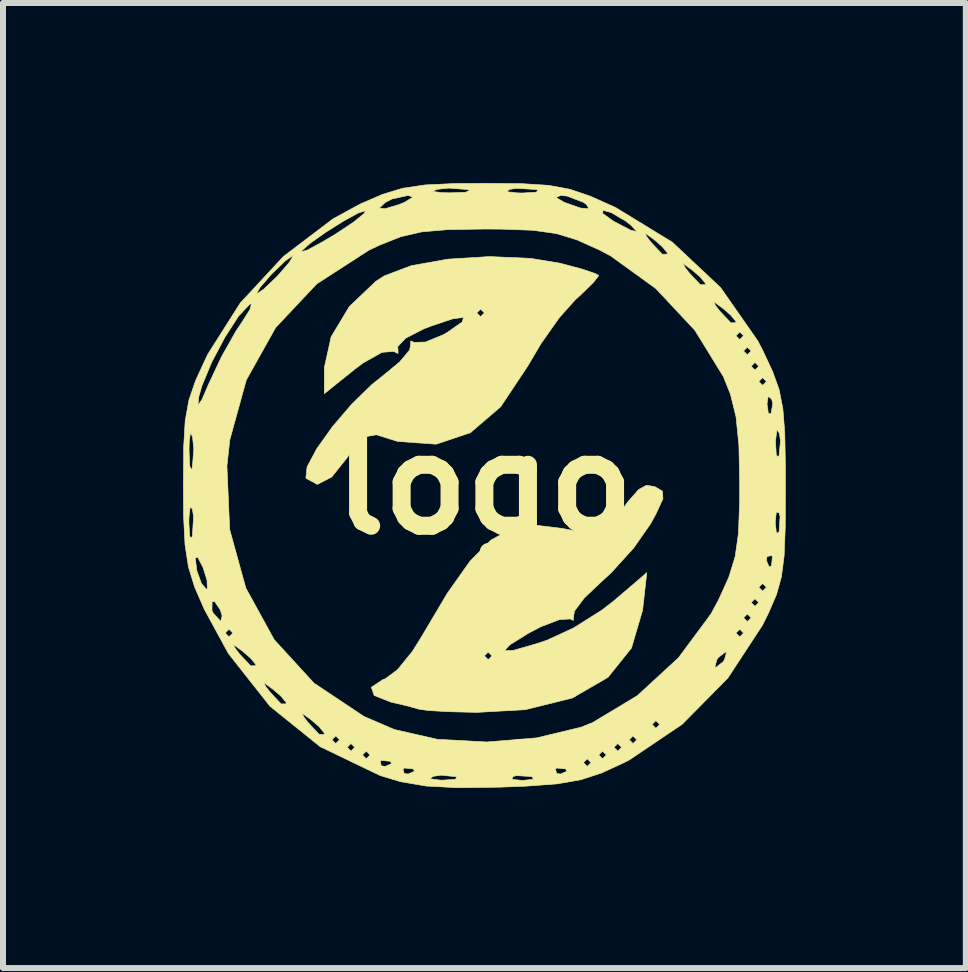
<source format=kicad_pcb>
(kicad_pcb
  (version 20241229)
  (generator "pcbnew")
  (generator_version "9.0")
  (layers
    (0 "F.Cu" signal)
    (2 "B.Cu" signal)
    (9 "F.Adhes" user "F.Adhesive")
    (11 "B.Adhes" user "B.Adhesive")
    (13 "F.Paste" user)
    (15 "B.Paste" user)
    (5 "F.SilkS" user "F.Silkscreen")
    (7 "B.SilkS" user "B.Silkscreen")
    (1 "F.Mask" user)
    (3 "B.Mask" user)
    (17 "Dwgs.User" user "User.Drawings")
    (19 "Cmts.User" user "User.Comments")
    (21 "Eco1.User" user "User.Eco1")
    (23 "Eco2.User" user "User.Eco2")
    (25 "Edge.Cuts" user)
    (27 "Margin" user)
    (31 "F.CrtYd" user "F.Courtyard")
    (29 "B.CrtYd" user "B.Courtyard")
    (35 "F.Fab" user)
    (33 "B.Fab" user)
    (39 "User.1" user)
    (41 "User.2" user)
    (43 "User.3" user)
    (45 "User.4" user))
  (footprint "logo"
    (layer "F.Cu")
    (at 5.021 5.021)
    (property "Reference" "logo" (at 0 0 0) (layer "F.SilkS") (effects (font (size 1.524 1.524) (thickness 0.3))))
    (attr through_hole)
    (fp_poly (pts (xy 2.832 0.036) (xy 2.848 0.042) (xy 2.967 0.113) (xy 2.975 0.239) (xy 2.863 0.484) (xy 2.771 0.653) (xy 2.49 1.056) (xy 2.116 1.469) (xy 1.943 1.628) (xy 1.662 1.895) (xy 1.501 2.111) (xy 1.486 2.2) (xy 1.481 2.266) (xy 1.429 2.242) (xy 1.25 2.253) (xy 0.942 2.371) (xy 0.743 2.475) (xy 0.422 2.674) (xy 0.334 2.771) (xy 0.477 2.767) (xy 0.851 2.66) (xy 1.042 2.597) (xy 1.488 2.391) (xy 1.962 2.092) (xy 2.164 1.935) (xy 2.706 1.471) (xy 2.636 2.096) (xy 2.451 2.726) (xy 2.059 3.215) (xy 1.466 3.559) (xy 0.68 3.754) (xy -0.127 3.799) (xy -0.572 3.788) (xy -0.919 3.769) (xy -1.079 3.748) (xy -1.29 3.69) (xy -1.556 3.628) (xy -1.836 3.517) (xy -1.884 3.381) (xy -1.69 3.252) (xy -1.651 3.239) (xy -1.447 3.087) (xy -1.26 2.857) (xy 0 2.857) (xy 0.064 2.921) (xy 0.127 2.857) (xy 0.064 2.794) (xy 0 2.857) (xy -1.26 2.857) (xy -1.202 2.786) (xy -1.062 2.563) (xy -0.619 1.816) (xy -0.239 1.279) (xy 0.11 0.927) (xy 0.463 0.735) (xy 0.852 0.68) (xy 1.311 0.736) (xy 1.379 0.75) (xy 1.753 0.817) (xy 1.967 0.8) (xy 2.103 0.688) (xy 2.122 0.662) (xy 2.392 0.288) (xy 2.57 0.086) (xy 2.7 0.015) (xy 2.832 0.036)) (stroke (width 0.01) (type solid)) (fill yes) (layer "F.SilkS"))
    (fp_poly (pts (xy 0.768 -3.766) (xy 1.257 -3.686) (xy 1.62 -3.59) (xy 1.855 -3.51) (xy 1.905 -3.478) (xy 1.82 -3.369) (xy 1.606 -3.159) (xy 1.516 -3.078) (xy 1.247 -2.777) (xy 0.945 -2.348) (xy 0.722 -1.971) (xy 0.271 -1.293) (xy -0.234 -0.861) (xy -0.803 -0.67) (xy -1.446 -0.716) (xy -1.8 -0.827) (xy -2.001 -0.791) (xy -2.235 -0.525) (xy -2.281 -0.452) (xy -2.544 -0.123) (xy -2.783 0.000369) (xy -2.966 -0.098) (xy -2.974 -0.11) (xy -2.954 -0.293) (xy -2.792 -0.596) (xy -2.53 -0.963) (xy -2.209 -1.338) (xy -1.873 -1.665) (xy -1.706 -1.798) (xy -1.412 -2.04) (xy -1.245 -2.24) (xy -1.23 -2.324) (xy -1.226 -2.391) (xy -1.17 -2.366) (xy -0.982 -2.372) (xy -0.689 -2.492) (xy -0.611 -2.537) (xy -0.369 -2.707) (xy -0.347 -2.782) (xy -0.528 -2.759) (xy -0.897 -2.635) (xy -1.013 -2.59) (xy -1.312 -2.436) (xy -1.445 -2.295) (xy -1.44 -2.253) (xy -1.438 -2.181) (xy -1.514 -2.216) (xy -1.708 -2.2) (xy -2.02 -2.024) (xy -2.169 -1.912) (xy -2.667 -1.512) (xy -2.667 -1.944) (xy -2.554 -2.457) (xy -2.314 -2.857) (xy -0.127 -2.857) (xy -0.064 -2.794) (xy 0 -2.857) (xy -0.064 -2.921) (xy -0.127 -2.857) (xy -2.314 -2.857) (xy -2.25 -2.964) (xy -1.808 -3.384) (xy -1.668 -3.474) (xy -1.22 -3.644) (xy -0.608 -3.753) (xy 0.083 -3.796) (xy 0.768 -3.766)) (stroke (width 0.01) (type solid)) (fill yes) (layer "F.SilkS"))
    (fp_poly (pts (xy 0.622 -5.011) (xy 1.069 -4.983) (xy 1.423 -4.918) (xy 1.763 -4.803) (xy 2.169 -4.621) (xy 2.19 -4.611) (xy 3.132 -4.035) (xy 3.936 -3.279) (xy 4.555 -2.392) (xy 4.644 -2.22) (xy 4.804 -1.877) (xy 4.91 -1.581) (xy 4.973 -1.263) (xy 5.005 -0.859) (xy 5.016 -0.3) (xy 5.016 0.064) (xy 5.013 0.723) (xy 4.994 1.193) (xy 4.949 1.542) (xy 4.867 1.835) (xy 4.737 2.137) (xy 4.636 2.342) (xy 4.058 3.225) (xy 3.296 3.997) (xy 2.415 4.591) (xy 2.325 4.637) (xy 1.949 4.81) (xy 1.604 4.922) (xy 1.212 4.99) (xy 0.695 5.028) (xy 0.254 5.045) (xy -0.448 5.054) (xy -0.972 5.026) (xy -1.395 4.954) (xy -1.557 4.905) (xy -0.907 4.905) (xy -0.738 4.927) (xy -0.699 4.928) (xy -0.493 4.915) (xy 0.46 4.915) (xy 0.635 4.933) (xy 0.815 4.913) (xy 0.794 4.869) (xy 0.534 4.852) (xy 0.476 4.869) (xy 0.46 4.915) (xy -0.493 4.915) (xy -0.482 4.915) (xy -0.463 4.875) (xy -0.474 4.87) (xy -0.726 4.845) (xy -0.855 4.865) (xy -0.907 4.905) (xy -1.557 4.905) (xy -1.74 4.85) (xy -1.966 4.741) (xy -1.355 4.741) (xy -1.337 4.817) (xy -1.27 4.826) (xy -1.165 4.78) (xy -1.185 4.741) (xy 1.185 4.741) (xy 1.203 4.817) (xy 1.27 4.826) (xy 1.375 4.78) (xy 1.355 4.741) (xy 1.204 4.726) (xy 1.185 4.741) (xy -1.185 4.741) (xy -1.336 4.726) (xy -1.355 4.741) (xy -1.966 4.741) (xy -2.23 4.614) (xy -1.736 4.614) (xy -1.718 4.69) (xy -1.651 4.699) (xy -1.546 4.653) (xy -1.555 4.636) (xy 1.651 4.636) (xy 1.714 4.699) (xy 1.778 4.636) (xy 1.714 4.572) (xy 1.651 4.636) (xy -1.555 4.636) (xy -1.566 4.614) (xy -1.717 4.599) (xy -1.736 4.614) (xy -2.23 4.614) (xy -2.45 4.508) (xy -2.032 4.508) (xy -1.968 4.572) (xy -1.905 4.508) (xy 1.905 4.508) (xy 1.968 4.572) (xy 2.032 4.508) (xy 1.968 4.445) (xy 1.905 4.508) (xy -1.905 4.508) (xy -1.968 4.445) (xy -2.032 4.508) (xy -2.45 4.508) (xy -2.714 4.381) (xy -2.286 4.381) (xy -2.223 4.445) (xy -2.159 4.381) (xy 2.159 4.381) (xy 2.223 4.445) (xy 2.286 4.381) (xy 2.223 4.318) (xy 2.159 4.381) (xy -2.159 4.381) (xy -2.223 4.318) (xy -2.286 4.381) (xy -2.714 4.381) (xy -2.732 4.373) (xy -2.879 4.255) (xy -2.54 4.255) (xy -2.477 4.318) (xy -2.413 4.255) (xy -2.477 4.191) (xy -2.54 4.255) (xy -2.879 4.255) (xy -3.43 3.811) (xy -3.04 3.811) (xy -3.008 3.877) (xy -2.937 3.969) (xy -2.752 4.166) (xy -2.669 4.165) (xy -2.667 4.143) (xy -2.754 4.037) (xy -2.889 3.921) (xy -3.04 3.811) (xy -3.43 3.811) (xy -3.571 3.698) (xy -3.883 3.303) (xy -3.675 3.303) (xy -3.643 3.369) (xy -3.572 3.461) (xy -3.387 3.658) (xy -3.304 3.657) (xy -3.302 3.635) (xy -3.389 3.529) (xy -3.524 3.413) (xy -3.675 3.303) (xy -3.883 3.303) (xy -4.265 2.818) (xy -4.347 2.668) (xy -4.183 2.668) (xy -4.151 2.734) (xy -4.08 2.826) (xy -3.895 3.023) (xy -3.812 3.022) (xy -3.81 3) (xy -3.897 2.894) (xy -4.032 2.778) (xy -4.183 2.668) (xy -4.347 2.668) (xy -4.451 2.477) (xy -4.318 2.477) (xy -4.255 2.54) (xy -4.191 2.477) (xy -4.255 2.413) (xy -4.318 2.477) (xy -4.451 2.477) (xy -4.657 2.099) (xy -4.539 2.099) (xy -4.514 2.151) (xy -4.393 2.282) (xy -4.37 2.189) (xy -4.401 2.09) (xy -4.495 1.952) (xy -4.537 1.955) (xy -4.539 2.099) (xy -4.657 2.099) (xy -4.664 2.087) (xy -4.827 1.712) (xy -4.931 1.377) (xy -4.954 1.228) (xy -4.818 1.228) (xy -4.79 1.443) (xy -4.714 1.652) (xy -4.633 1.746) (xy -4.617 1.738) (xy -4.621 1.597) (xy -4.688 1.384) (xy -4.778 1.21) (xy -4.818 1.228) (xy -4.954 1.228) (xy -4.988 1.006) (xy -5.007 0.635) (xy -4.924 0.635) (xy -4.91 0.866) (xy -4.877 0.893) (xy -4.865 0.857) (xy -4.846 0.535) (xy -4.865 0.413) (xy -4.902 0.373) (xy -4.922 0.549) (xy -4.924 0.635) (xy -5.007 0.635) (xy -5.012 0.521) (xy -5.016 -0.003) (xy -5.011 -0.572) (xy -4.921 -0.572) (xy -4.911 -0.31) (xy -4.882 -0.243) (xy -4.866 -0.284) (xy -4.864 -0.307) (xy -4.29 -0.307) (xy -4.244 0.752) (xy -3.975 1.727) (xy -3.501 2.589) (xy -2.84 3.311) (xy -2.008 3.866) (xy -1.498 4.085) (xy -0.785 4.247) (xy 0.041 4.292) (xy 0.497 4.255) (xy 2.413 4.255) (xy 2.477 4.318) (xy 2.54 4.255) (xy 2.477 4.191) (xy 2.413 4.255) (xy 0.497 4.255) (xy 0.875 4.223) (xy 1.613 4.045) (xy 1.725 4) (xy 2.794 4) (xy 2.857 4.064) (xy 2.921 4) (xy 2.857 3.937) (xy 2.794 4) (xy 1.725 4) (xy 1.8 3.971) (xy 2.55 3.519) (xy 3.07 3.04) (xy 3.841 3.04) (xy 3.859 3.048) (xy 3.974 2.959) (xy 4 2.921) (xy 4.033 2.802) (xy 4.015 2.794) (xy 3.9 2.883) (xy 3.873 2.921) (xy 3.841 3.04) (xy 3.07 3.04) (xy 3.234 2.889) (xy 3.54 2.477) (xy 4.191 2.477) (xy 4.255 2.54) (xy 4.318 2.477) (xy 4.255 2.413) (xy 4.191 2.477) (xy 3.54 2.477) (xy 3.728 2.223) (xy 4.318 2.223) (xy 4.381 2.286) (xy 4.445 2.223) (xy 4.381 2.159) (xy 4.318 2.223) (xy 3.728 2.223) (xy 3.777 2.156) (xy 3.878 1.968) (xy 4.445 1.968) (xy 4.508 2.032) (xy 4.572 1.968) (xy 4.508 1.905) (xy 4.445 1.968) (xy 3.878 1.968) (xy 3.903 1.923) (xy 3.997 1.714) (xy 4.572 1.714) (xy 4.636 1.778) (xy 4.699 1.714) (xy 4.636 1.651) (xy 4.572 1.714) (xy 3.997 1.714) (xy 4.074 1.543) (xy 4.158 1.27) (xy 4.699 1.27) (xy 4.745 1.375) (xy 4.784 1.355) (xy 4.799 1.204) (xy 4.784 1.185) (xy 4.708 1.203) (xy 4.699 1.27) (xy 4.158 1.27) (xy 4.179 1.2) (xy 4.234 0.81) (xy 4.24 0.635) (xy 4.846 0.635) (xy 4.866 0.815) (xy 4.91 0.794) (xy 4.927 0.534) (xy 4.91 0.476) (xy 4.864 0.46) (xy 4.846 0.635) (xy 4.24 0.635) (xy 4.253 0.287) (xy 4.254 0) (xy 4.241 -0.649) (xy 4.236 -0.699) (xy 4.851 -0.699) (xy 4.864 -0.482) (xy 4.904 -0.463) (xy 4.909 -0.474) (xy 4.934 -0.726) (xy 4.914 -0.855) (xy 4.874 -0.907) (xy 4.852 -0.738) (xy 4.851 -0.699) (xy 4.236 -0.699) (xy 4.193 -1.124) (xy 4.139 -1.344) (xy 4.709 -1.344) (xy 4.732 -1.179) (xy 4.776 -1.177) (xy 4.806 -1.347) (xy 4.786 -1.421) (xy 4.729 -1.469) (xy 4.709 -1.344) (xy 4.139 -1.344) (xy 4.099 -1.505) (xy 4.015 -1.714) (xy 4.572 -1.714) (xy 4.636 -1.651) (xy 4.699 -1.714) (xy 4.636 -1.778) (xy 4.572 -1.714) (xy 4.015 -1.714) (xy 3.98 -1.8) (xy 3.876 -1.968) (xy 4.445 -1.968) (xy 4.508 -1.905) (xy 4.572 -1.968) (xy 4.508 -2.032) (xy 4.445 -1.968) (xy 3.876 -1.968) (xy 3.72 -2.223) (xy 4.318 -2.223) (xy 4.381 -2.159) (xy 4.445 -2.223) (xy 4.381 -2.286) (xy 4.318 -2.223) (xy 3.72 -2.223) (xy 3.563 -2.477) (xy 4.191 -2.477) (xy 4.255 -2.413) (xy 4.318 -2.477) (xy 4.255 -2.54) (xy 4.191 -2.477) (xy 3.563 -2.477) (xy 3.506 -2.569) (xy 3.059 -3.047) (xy 3.818 -3.047) (xy 3.85 -2.981) (xy 3.921 -2.889) (xy 4.106 -2.692) (xy 4.189 -2.693) (xy 4.191 -2.715) (xy 4.104 -2.821) (xy 3.969 -2.937) (xy 3.818 -3.047) (xy 3.059 -3.047) (xy 2.856 -3.263) (xy 2.277 -3.682) (xy 3.31 -3.682) (xy 3.342 -3.616) (xy 3.413 -3.524) (xy 3.598 -3.327) (xy 3.681 -3.328) (xy 3.683 -3.35) (xy 3.596 -3.456) (xy 3.461 -3.572) (xy 3.31 -3.682) (xy 2.277 -3.682) (xy 2.108 -3.805) (xy 1.923 -3.903) (xy 1.543 -4.074) (xy 1.2 -4.179) (xy 1.122 -4.19) (xy 2.675 -4.19) (xy 2.707 -4.124) (xy 2.778 -4.032) (xy 2.963 -3.835) (xy 3.046 -3.836) (xy 3.048 -3.858) (xy 2.961 -3.964) (xy 2.826 -4.08) (xy 2.675 -4.19) (xy 1.122 -4.19) (xy 0.81 -4.234) (xy 0.287 -4.253) (xy 0 -4.255) (xy -0.606 -4.245) (xy -1.043 -4.208) (xy -1.396 -4.126) (xy -1.75 -3.985) (xy -1.923 -3.903) (xy -2.792 -3.342) (xy -3.478 -2.613) (xy -3.967 -1.739) (xy -4.242 -0.743) (xy -4.29 -0.307) (xy -4.864 -0.307) (xy -4.842 -0.589) (xy -4.863 -0.792) (xy -4.897 -0.863) (xy -4.918 -0.71) (xy -4.921 -0.572) (xy -5.011 -0.572) (xy -5.011 -0.621) (xy -4.985 -1.064) (xy -4.939 -1.318) (xy -4.772 -1.318) (xy -4.706 -1.413) (xy -4.594 -1.672) (xy -4.381 -2.125) (xy -4.138 -2.556) (xy -4.055 -2.679) (xy -3.907 -2.912) (xy -3.881 -3.011) (xy -3.911 -3.001) (xy -4.096 -2.804) (xy -4.322 -2.454) (xy -4.542 -2.039) (xy -4.707 -1.643) (xy -4.759 -1.46) (xy -4.772 -1.318) (xy -4.939 -1.318) (xy -4.922 -1.409) (xy -4.81 -1.735) (xy -4.632 -2.12) (xy -4.606 -2.173) (xy -4.067 -3.023) (xy -3.923 -3.178) (xy -3.797 -3.178) (xy -3.791 -3.175) (xy -3.67 -3.258) (xy -3.459 -3.461) (xy -3.429 -3.493) (xy -3.248 -3.702) (xy -3.188 -3.807) (xy -3.194 -3.81) (xy -3.315 -3.727) (xy -3.526 -3.524) (xy -3.556 -3.493) (xy -3.737 -3.283) (xy -3.797 -3.178) (xy -3.923 -3.178) (xy -3.349 -3.797) (xy -3.244 -3.877) (xy -3.048 -3.877) (xy -2.951 -3.904) (xy -2.704 -4.037) (xy -2.49 -4.164) (xy -2.185 -4.366) (xy -2.004 -4.513) (xy 1.972 -4.513) (xy 2.149 -4.387) (xy 2.159 -4.381) (xy 2.441 -4.234) (xy 2.541 -4.213) (xy 2.442 -4.318) (xy 2.357 -4.386) (xy 2.114 -4.529) (xy 1.976 -4.567) (xy 1.972 -4.513) (xy -2.004 -4.513) (xy -2.003 -4.514) (xy -1.979 -4.559) (xy -2.098 -4.524) (xy -2.343 -4.39) (xy -2.634 -4.207) (xy -2.892 -4.026) (xy -3.038 -3.898) (xy -3.048 -3.877) (xy -3.244 -3.877) (xy -2.523 -4.424) (xy -2.193 -4.604) (xy -1.751 -4.604) (xy -1.658 -4.592) (xy -1.422 -4.663) (xy -1.333 -4.699) (xy -1.202 -4.779) (xy 1.194 -4.779) (xy 1.333 -4.699) (xy 1.603 -4.604) (xy 1.742 -4.592) (xy 1.702 -4.663) (xy 1.651 -4.699) (xy 1.38 -4.804) (xy 1.27 -4.815) (xy 1.194 -4.779) (xy -1.202 -4.779) (xy -1.19 -4.786) (xy -1.27 -4.815) (xy -1.541 -4.755) (xy -1.651 -4.699) (xy -1.751 -4.604) (xy -2.193 -4.604) (xy -2.064 -4.674) (xy -1.696 -4.833) (xy -1.534 -4.882) (xy -0.863 -4.882) (xy -0.71 -4.861) (xy -0.572 -4.858) (xy -0.31 -4.868) (xy -0.29 -4.877) (xy 0.373 -4.877) (xy 0.549 -4.857) (xy 0.635 -4.855) (xy 0.866 -4.869) (xy 0.893 -4.902) (xy 0.857 -4.914) (xy 0.535 -4.933) (xy 0.413 -4.914) (xy 0.373 -4.877) (xy -0.29 -4.877) (xy -0.243 -4.897) (xy -0.284 -4.913) (xy -0.589 -4.937) (xy -0.792 -4.916) (xy -0.863 -4.882) (xy -1.534 -4.882) (xy -1.363 -4.934) (xy -0.986 -4.99) (xy -0.489 -5.013) (xy 0 -5.016) (xy 0.622 -5.011)) (stroke (width 0.01) (type solid)) (fill yes) (layer "F.SilkS")))
  (gr_rect
    (start -3 -3)
    (end 13.043 13.08)
    (stroke (width 0.1) (type default))
    (fill no)
    (layer "Edge.Cuts")))
</source>
